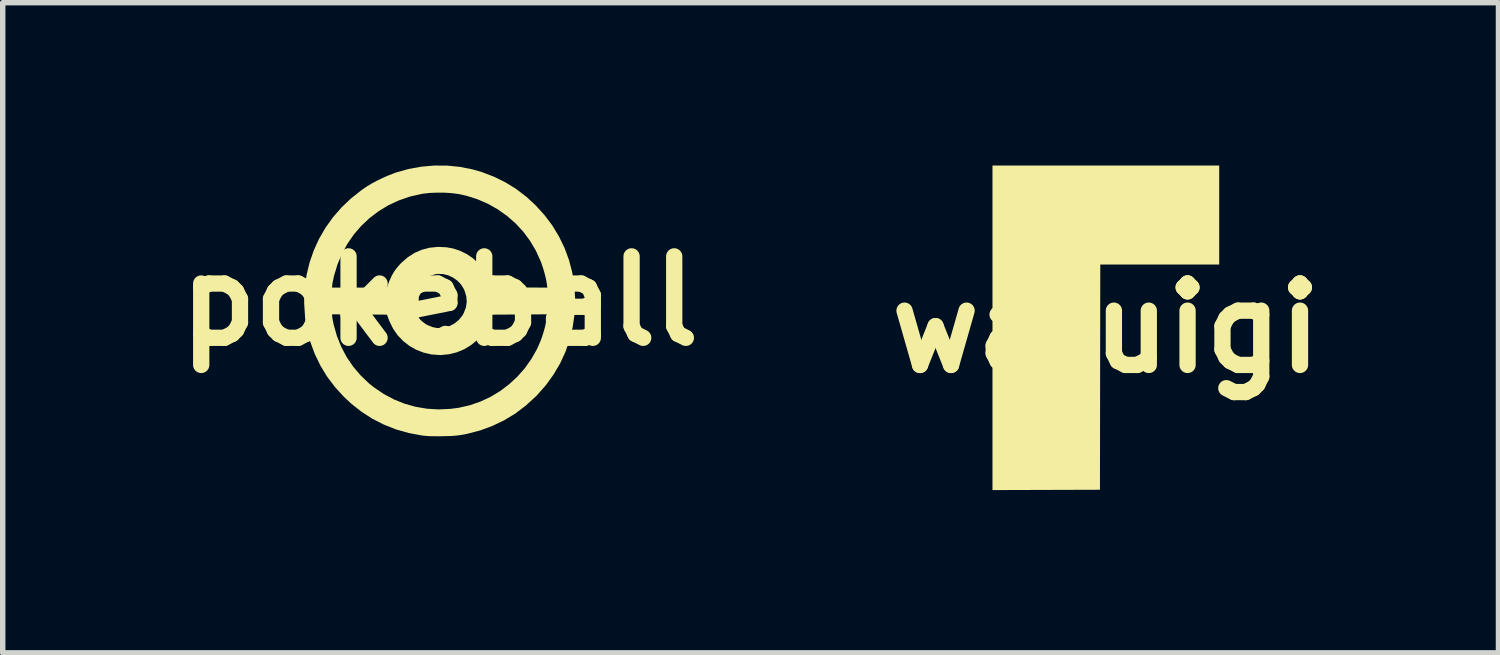
<source format=kicad_pcb>
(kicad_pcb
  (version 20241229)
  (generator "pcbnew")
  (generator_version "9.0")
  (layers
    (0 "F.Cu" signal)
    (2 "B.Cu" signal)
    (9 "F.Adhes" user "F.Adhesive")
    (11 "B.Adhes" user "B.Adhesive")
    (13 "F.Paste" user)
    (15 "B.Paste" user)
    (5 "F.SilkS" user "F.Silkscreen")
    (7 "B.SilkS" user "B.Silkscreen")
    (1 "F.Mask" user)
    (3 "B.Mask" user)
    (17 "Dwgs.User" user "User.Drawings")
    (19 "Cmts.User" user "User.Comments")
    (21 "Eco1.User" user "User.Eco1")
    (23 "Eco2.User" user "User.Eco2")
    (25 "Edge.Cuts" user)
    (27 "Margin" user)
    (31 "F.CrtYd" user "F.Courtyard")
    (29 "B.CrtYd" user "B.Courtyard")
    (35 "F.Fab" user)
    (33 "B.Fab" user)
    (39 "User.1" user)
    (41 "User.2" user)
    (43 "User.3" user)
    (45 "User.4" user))
  (footprint "waluigi"
    (layer "F.Cu")
    (at 17.329 2.995)
    (property "Reference" "waluigi" (at 0 0 0) (layer "F.SilkS") (effects (font (size 1.5 1.5) (thickness 0.3))))
    (attr board_only exclude_from_pos_files exclude_from_bom)
    (fp_poly (pts (xy 2.083 -2.083) (xy 2.083 -1.172) (xy 0.987 -1.172) (xy -0.108 -1.172) (xy -0.111 0.903) (xy -0.114 2.978) (xy -1.104 2.981) (xy -2.094 2.984) (xy -2.094 -0.005) (xy -2.094 -2.995) (xy -0.005 -2.995) (xy 2.083 -2.995)) (stroke (width 0) (type solid)) (fill yes) (layer "F.SilkS")))
  (footprint "pokeball"
    (layer "F.Cu")
    (at 5.05 2.495)
    (property "Reference" "pokeball" (at 0 0 0) (layer "F.SilkS") (effects (font (size 1.5 1.5) (thickness 0.3))))
    (attr board_only exclude_from_pos_files exclude_from_bom)
    (fp_poly (pts (xy 0.134 -2.494) (xy 0.369 -2.471) (xy 0.6 -2.426) (xy 0.777 -2.375) (xy 1.002 -2.289) (xy 1.213 -2.185) (xy 1.413 -2.061) (xy 1.601 -1.917) (xy 1.765 -1.765) (xy 1.93 -1.584) (xy 2.075 -1.392) (xy 2.198 -1.189) (xy 2.301 -0.976) (xy 2.383 -0.754) (xy 2.443 -0.525) (xy 2.481 -0.288) (xy 2.496 -0.045) (xy 2.497 0) (xy 2.485 0.244) (xy 2.451 0.482) (xy 2.395 0.713) (xy 2.318 0.937) (xy 2.219 1.151) (xy 2.098 1.356) (xy 1.958 1.55) (xy 1.797 1.733) (xy 1.765 1.765) (xy 1.584 1.93) (xy 1.392 2.075) (xy 1.187 2.199) (xy 0.972 2.302) (xy 0.747 2.385) (xy 0.512 2.446) (xy 0.46 2.457) (xy 0.398 2.468) (xy 0.342 2.476) (xy 0.285 2.482) (xy 0.222 2.487) (xy 0.147 2.489) (xy 0.056 2.491) (xy 0.047 2.492) (xy -0.073 2.492) (xy -0.172 2.491) (xy -0.253 2.486) (xy -0.321 2.479) (xy -0.322 2.479) (xy -0.568 2.433) (xy -0.802 2.367) (xy -1.025 2.279) (xy -1.236 2.172) (xy -1.437 2.043) (xy -1.626 1.894) (xy -1.765 1.765) (xy -1.93 1.584) (xy -2.075 1.392) (xy -2.198 1.189) (xy -2.301 0.976) (xy -2.383 0.754) (xy -2.443 0.525) (xy -2.481 0.288) (xy -2.483 0.246) (xy -1.981 0.246) (xy -1.981 0.278) (xy -1.978 0.303) (xy -1.971 0.344) (xy -1.961 0.395) (xy -1.953 0.434) (xy -1.893 0.645) (xy -1.813 0.845) (xy -1.713 1.034) (xy -1.593 1.21) (xy -1.455 1.372) (xy -1.3 1.52) (xy -1.211 1.591) (xy -1.031 1.713) (xy -0.842 1.814) (xy -0.645 1.893) (xy -0.442 1.95) (xy -0.232 1.985) (xy -0.018 1.998) (xy 0.199 1.988) (xy 0.35 1.968) (xy 0.553 1.922) (xy 0.749 1.854) (xy 0.937 1.767) (xy 1.114 1.66) (xy 1.279 1.535) (xy 1.431 1.395) (xy 1.569 1.239) (xy 1.689 1.069) (xy 1.792 0.888) (xy 1.858 0.739) (xy 1.891 0.648) (xy 1.921 0.551) (xy 1.947 0.454) (xy 1.967 0.365) (xy 1.976 0.308) (xy 1.984 0.246) (xy 1.478 0.249) (xy 0.971 0.252) (xy 0.933 0.353) (xy 0.87 0.489) (xy 0.788 0.612) (xy 0.69 0.721) (xy 0.578 0.813) (xy 0.454 0.888) (xy 0.319 0.945) (xy 0.176 0.981) (xy 0.026 0.996) (xy 0 0.996) (xy -0.15 0.985) (xy -0.294 0.952) (xy -0.431 0.899) (xy -0.557 0.828) (xy -0.671 0.739) (xy -0.772 0.634) (xy -0.856 0.514) (xy -0.922 0.381) (xy -0.932 0.356) (xy -0.971 0.252) (xy -1.476 0.249) (xy -1.981 0.246) (xy -2.483 0.246) (xy -2.496 0.045) (xy -2.496 0.024) (xy -0.499 0.024) (xy -0.484 0.12) (xy -0.449 0.213) (xy -0.398 0.297) (xy -0.331 0.371) (xy -0.252 0.429) (xy -0.218 0.446) (xy -0.132 0.481) (xy -0.053 0.498) (xy 0.025 0.5) (xy 0.083 0.492) (xy 0.183 0.462) (xy 0.275 0.413) (xy 0.354 0.348) (xy 0.418 0.27) (xy 0.446 0.219) (xy 0.484 0.116) (xy 0.499 0.015) (xy 0.491 -0.084) (xy 0.46 -0.186) (xy 0.446 -0.219) (xy 0.395 -0.302) (xy 0.327 -0.374) (xy 0.246 -0.431) (xy 0.156 -0.473) (xy 0.061 -0.496) (xy -0.036 -0.499) (xy -0.072 -0.494) (xy -0.179 -0.464) (xy -0.273 -0.415) (xy -0.354 -0.348) (xy -0.42 -0.266) (xy -0.467 -0.17) (xy -0.494 -0.072) (xy -0.499 0.024) (xy -2.496 0.024) (xy -2.497 0) (xy -2.485 -0.243) (xy -2.485 -0.246) (xy -1.981 -0.246) (xy -1.477 -0.246) (xy -1.354 -0.246) (xy -1.253 -0.246) (xy -1.172 -0.247) (xy -1.107 -0.248) (xy -1.058 -0.249) (xy -1.022 -0.251) (xy -0.997 -0.253) (xy -0.981 -0.256) (xy -0.971 -0.259) (xy -0.966 -0.264) (xy -0.965 -0.267) (xy -0.925 -0.373) (xy -0.885 -0.461) (xy -0.842 -0.537) (xy -0.792 -0.606) (xy -0.733 -0.674) (xy -0.704 -0.704) (xy -0.587 -0.806) (xy -0.462 -0.886) (xy -0.328 -0.944) (xy -0.186 -0.981) (xy -0.034 -0.996) (xy -0.004 -0.996) (xy 0.127 -0.989) (xy 0.248 -0.967) (xy 0.372 -0.926) (xy 0.498 -0.865) (xy 0.616 -0.785) (xy 0.722 -0.687) (xy 0.814 -0.575) (xy 0.89 -0.451) (xy 0.933 -0.353) (xy 0.971 -0.252) (xy 1.477 -0.249) (xy 1.984 -0.246) (xy 1.975 -0.313) (xy 1.96 -0.4) (xy 1.936 -0.5) (xy 1.905 -0.607) (xy 1.868 -0.714) (xy 1.858 -0.738) (xy 1.771 -0.93) (xy 1.664 -1.11) (xy 1.54 -1.277) (xy 1.399 -1.429) (xy 1.242 -1.566) (xy 1.072 -1.687) (xy 0.89 -1.79) (xy 0.697 -1.874) (xy 0.495 -1.938) (xy 0.344 -1.971) (xy 0.227 -1.986) (xy 0.095 -1.995) (xy -0.041 -1.996) (xy -0.175 -1.991) (xy -0.299 -1.978) (xy -0.341 -1.971) (xy -0.553 -1.922) (xy -0.756 -1.851) (xy -0.947 -1.762) (xy -1.126 -1.653) (xy -1.292 -1.527) (xy -1.443 -1.385) (xy -1.579 -1.228) (xy -1.698 -1.056) (xy -1.8 -0.871) (xy -1.882 -0.675) (xy -1.945 -0.467) (xy -1.953 -0.434) (xy -1.964 -0.379) (xy -1.974 -0.331) (xy -1.979 -0.294) (xy -1.981 -0.278) (xy -1.981 -0.246) (xy -2.485 -0.246) (xy -2.452 -0.48) (xy -2.396 -0.71) (xy -2.319 -0.932) (xy -2.222 -1.145) (xy -2.104 -1.348) (xy -1.967 -1.54) (xy -1.811 -1.72) (xy -1.637 -1.886) (xy -1.444 -2.039) (xy -1.342 -2.11) (xy -1.257 -2.161) (xy -1.156 -2.215) (xy -1.047 -2.268) (xy -0.937 -2.316) (xy -0.833 -2.356) (xy -0.8 -2.368) (xy -0.572 -2.432) (xy -0.339 -2.474) (xy -0.102 -2.495)) (stroke (width 0) (type solid)) (fill yes) (layer "F.SilkS")))
  (gr_rect
    (start -3 -3)
    (end 24.557 8.978)
    (stroke (width 0.1) (type default))
    (fill no)
    (layer "Edge.Cuts")))
</source>
